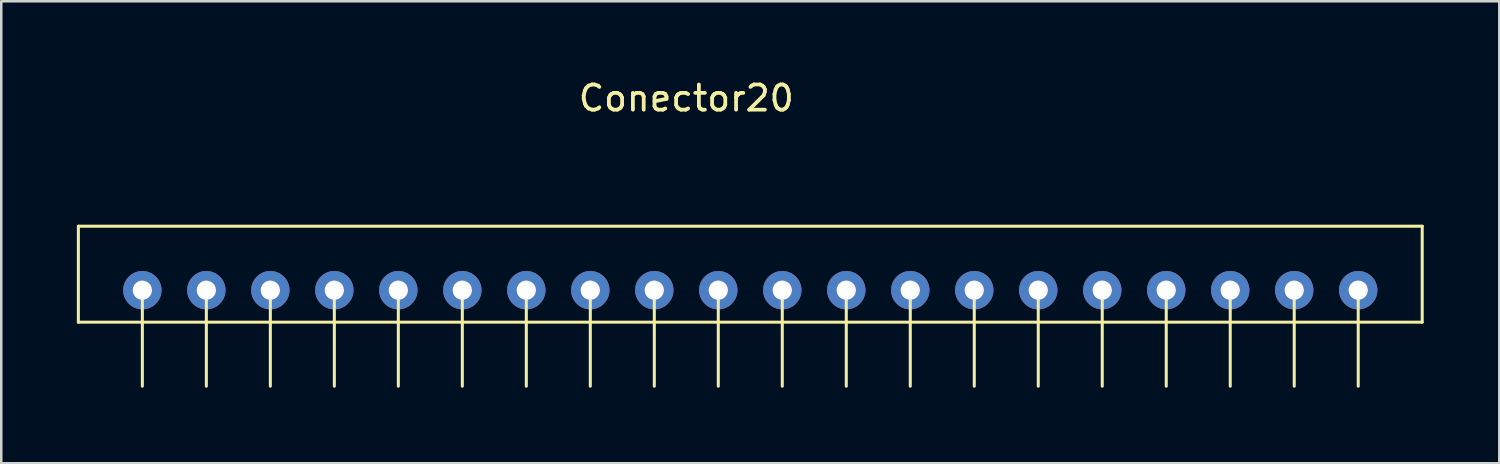
<source format=kicad_pcb>
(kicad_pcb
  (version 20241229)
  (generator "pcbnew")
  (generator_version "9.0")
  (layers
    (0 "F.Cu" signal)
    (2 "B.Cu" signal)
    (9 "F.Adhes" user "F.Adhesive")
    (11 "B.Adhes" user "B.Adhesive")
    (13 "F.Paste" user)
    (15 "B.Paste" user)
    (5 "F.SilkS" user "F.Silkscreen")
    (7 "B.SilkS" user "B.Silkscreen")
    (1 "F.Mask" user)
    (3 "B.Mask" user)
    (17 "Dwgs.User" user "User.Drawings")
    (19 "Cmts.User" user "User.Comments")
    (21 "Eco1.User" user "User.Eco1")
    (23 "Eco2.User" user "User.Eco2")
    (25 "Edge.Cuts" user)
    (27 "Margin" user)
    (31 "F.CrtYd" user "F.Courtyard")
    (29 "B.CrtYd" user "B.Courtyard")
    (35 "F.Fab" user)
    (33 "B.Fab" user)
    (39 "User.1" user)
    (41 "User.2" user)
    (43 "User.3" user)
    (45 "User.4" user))
  (footprint "Conector20"
    (layer "F.Cu")
    (at 24.19 8.468)
    (property "Reference" "Conector20" (at 0 -7.62 0) (layer "F.SilkS") (effects (font (size 1 1) (thickness 0.15))))
    (attr through_hole)
    (fp_line (start -24.13 -2.54) (end -24.13 1.27) (stroke (width 0.12) (type solid)) (layer "F.SilkS"))
    (fp_line (start -24.13 1.27) (end 29.21 1.27) (stroke (width 0.12) (type solid)) (layer "F.SilkS"))
    (fp_line (start -21.59 0) (end -21.59 3.81) (stroke (width 0.12) (type solid)) (layer "F.SilkS"))
    (fp_line (start -19.05 0) (end -19.05 3.81) (stroke (width 0.12) (type solid)) (layer "F.SilkS"))
    (fp_line (start -16.51 0) (end -16.51 3.81) (stroke (width 0.12) (type solid)) (layer "F.SilkS"))
    (fp_line (start -13.97 0) (end -13.97 3.81) (stroke (width 0.12) (type solid)) (layer "F.SilkS"))
    (fp_line (start -11.43 0) (end -11.43 3.81) (stroke (width 0.12) (type solid)) (layer "F.SilkS"))
    (fp_line (start -8.89 0) (end -8.89 3.81) (stroke (width 0.12) (type solid)) (layer "F.SilkS"))
    (fp_line (start -6.35 0) (end -6.35 3.81) (stroke (width 0.12) (type solid)) (layer "F.SilkS"))
    (fp_line (start -3.81 0) (end -3.81 3.81) (stroke (width 0.12) (type solid)) (layer "F.SilkS"))
    (fp_line (start -1.27 0) (end -1.27 3.81) (stroke (width 0.12) (type solid)) (layer "F.SilkS"))
    (fp_line (start 1.27 0) (end 1.27 3.81) (stroke (width 0.12) (type solid)) (layer "F.SilkS"))
    (fp_line (start 3.81 0) (end 3.81 3.81) (stroke (width 0.12) (type solid)) (layer "F.SilkS"))
    (fp_line (start 6.35 0) (end 6.35 3.81) (stroke (width 0.12) (type solid)) (layer "F.SilkS"))
    (fp_line (start 8.89 0) (end 8.89 3.81) (stroke (width 0.12) (type solid)) (layer "F.SilkS"))
    (fp_line (start 11.43 0) (end 11.43 3.81) (stroke (width 0.12) (type solid)) (layer "F.SilkS"))
    (fp_line (start 13.97 0) (end 13.97 3.81) (stroke (width 0.12) (type solid)) (layer "F.SilkS"))
    (fp_line (start 16.51 0) (end 16.51 3.81) (stroke (width 0.12) (type solid)) (layer "F.SilkS"))
    (fp_line (start 19.05 0) (end 19.05 3.81) (stroke (width 0.12) (type solid)) (layer "F.SilkS"))
    (fp_line (start 21.59 0) (end 21.59 3.81) (stroke (width 0.12) (type solid)) (layer "F.SilkS"))
    (fp_line (start 24.13 0) (end 24.13 3.81) (stroke (width 0.12) (type solid)) (layer "F.SilkS"))
    (fp_line (start 26.67 0) (end 26.67 3.81) (stroke (width 0.12) (type solid)) (layer "F.SilkS"))
    (fp_line (start 29.21 -2.54) (end -24.13 -2.54) (stroke (width 0.12) (type solid)) (layer "F.SilkS"))
    (fp_line (start 29.21 1.27) (end 29.21 -2.54) (stroke (width 0.12) (type solid)) (layer "F.SilkS"))
    (pad "1" thru_hole circle (at -21.59 0) (size 1.524 1.524) (drill 0.762) (layers "*.Cu" "*.Mask"))
    (pad "2" thru_hole circle (at -19.05 0) (size 1.524 1.524) (drill 0.762) (layers "*.Cu" "*.Mask"))
    (pad "3" thru_hole circle (at -16.51 0) (size 1.524 1.524) (drill 0.762) (layers "*.Cu" "*.Mask"))
    (pad "4" thru_hole circle (at -13.97 0) (size 1.524 1.524) (drill 0.762) (layers "*.Cu" "*.Mask"))
    (pad "5" thru_hole circle (at -11.43 0) (size 1.524 1.524) (drill 0.762) (layers "*.Cu" "*.Mask"))
    (pad "6" thru_hole circle (at -8.89 0) (size 1.524 1.524) (drill 0.762) (layers "*.Cu" "*.Mask"))
    (pad "7" thru_hole circle (at -6.35 0) (size 1.524 1.524) (drill 0.762) (layers "*.Cu" "*.Mask"))
    (pad "8" thru_hole circle (at -3.81 0) (size 1.524 1.524) (drill 0.762) (layers "*.Cu" "*.Mask"))
    (pad "9" thru_hole circle (at -1.27 0) (size 1.524 1.524) (drill 0.762) (layers "*.Cu" "*.Mask"))
    (pad "10" thru_hole circle (at 1.27 0) (size 1.524 1.524) (drill 0.762) (layers "*.Cu" "*.Mask"))
    (pad "11" thru_hole circle (at 3.81 0) (size 1.524 1.524) (drill 0.762) (layers "*.Cu" "*.Mask"))
    (pad "12" thru_hole circle (at 6.35 0) (size 1.524 1.524) (drill 0.762) (layers "*.Cu" "*.Mask"))
    (pad "13" thru_hole circle (at 8.89 0) (size 1.524 1.524) (drill 0.762) (layers "*.Cu" "*.Mask"))
    (pad "14" thru_hole circle (at 11.43 0) (size 1.524 1.524) (drill 0.762) (layers "*.Cu" "*.Mask"))
    (pad "15" thru_hole circle (at 13.97 0) (size 1.524 1.524) (drill 0.762) (layers "*.Cu" "*.Mask"))
    (pad "16" thru_hole circle (at 16.51 0) (size 1.524 1.524) (drill 0.762) (layers "*.Cu" "*.Mask"))
    (pad "17" thru_hole circle (at 19.05 0) (size 1.524 1.524) (drill 0.762) (layers "*.Cu" "*.Mask"))
    (pad "18" thru_hole circle (at 21.59 0) (size 1.524 1.524) (drill 0.762) (layers "*.Cu" "*.Mask"))
    (pad "19" thru_hole circle (at 24.13 0) (size 1.524 1.524) (drill 0.762) (layers "*.Cu" "*.Mask"))
    (pad "20" thru_hole circle (at 26.67 0) (size 1.524 1.524) (drill 0.762) (layers "*.Cu" "*.Mask")))
  (gr_rect
    (start -3 -3)
    (end 56.46 15.338)
    (stroke (width 0.1) (type default))
    (fill no)
    (layer "Edge.Cuts")))
</source>
